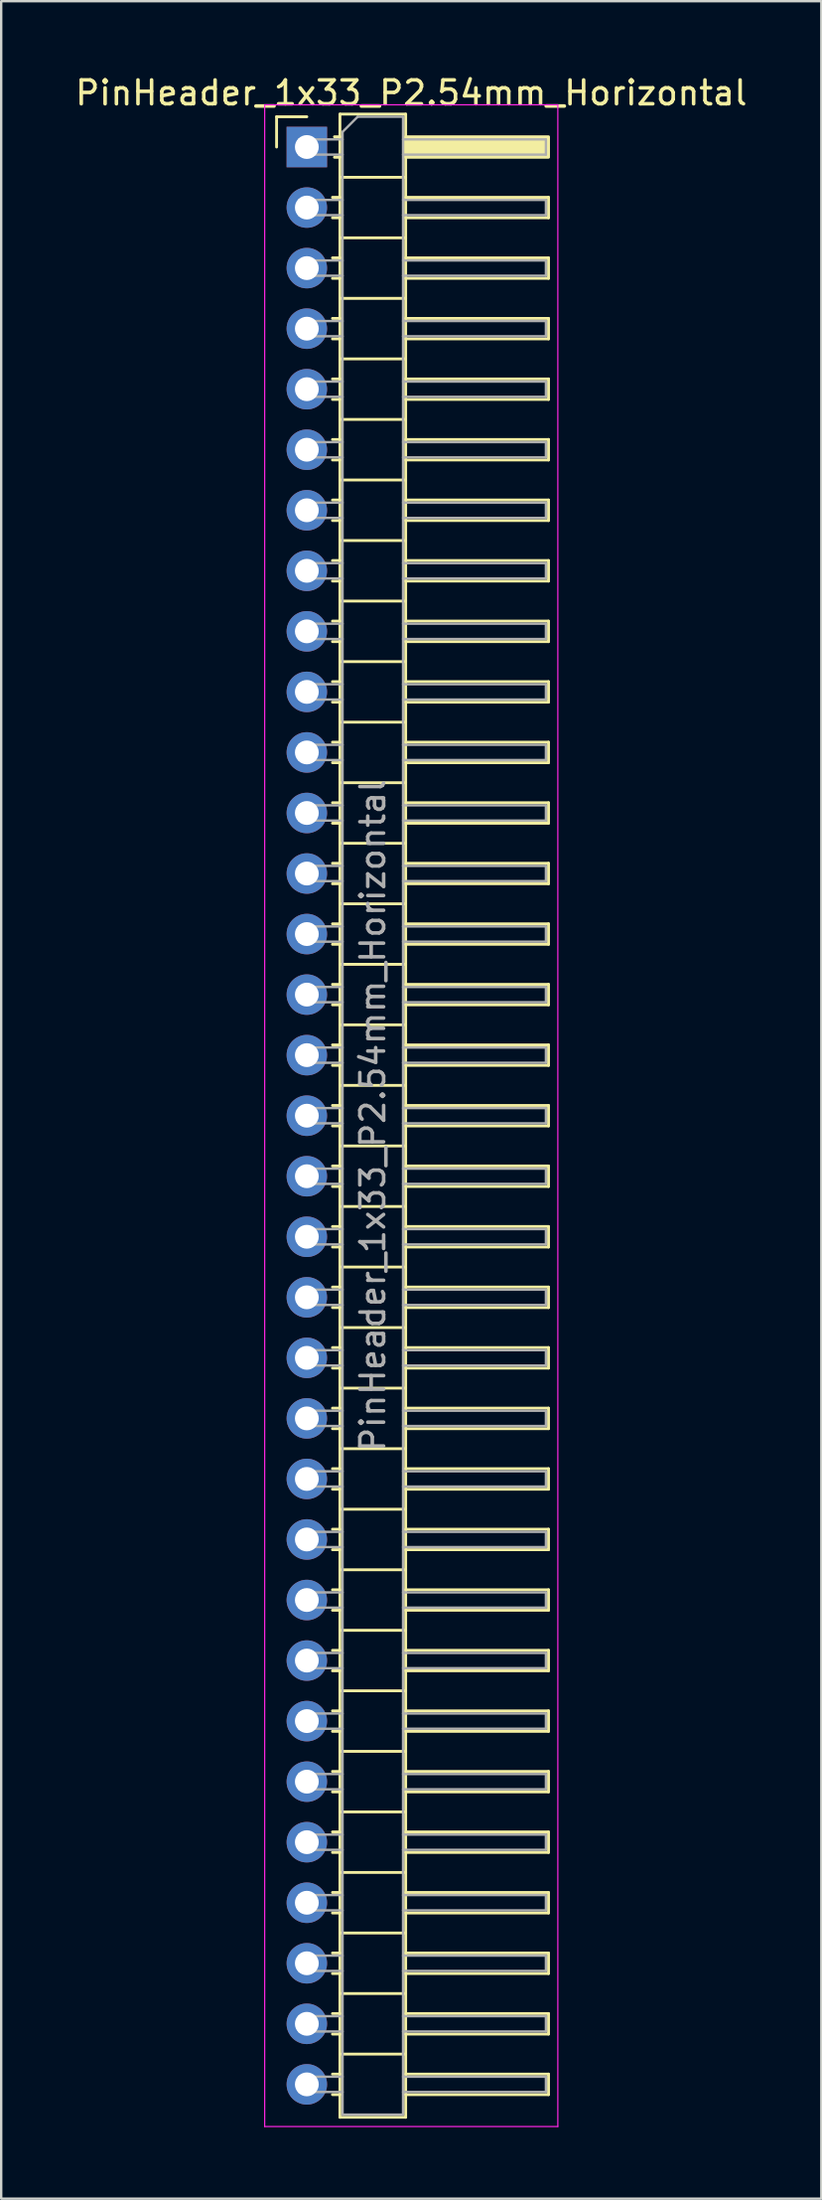
<source format=kicad_pcb>
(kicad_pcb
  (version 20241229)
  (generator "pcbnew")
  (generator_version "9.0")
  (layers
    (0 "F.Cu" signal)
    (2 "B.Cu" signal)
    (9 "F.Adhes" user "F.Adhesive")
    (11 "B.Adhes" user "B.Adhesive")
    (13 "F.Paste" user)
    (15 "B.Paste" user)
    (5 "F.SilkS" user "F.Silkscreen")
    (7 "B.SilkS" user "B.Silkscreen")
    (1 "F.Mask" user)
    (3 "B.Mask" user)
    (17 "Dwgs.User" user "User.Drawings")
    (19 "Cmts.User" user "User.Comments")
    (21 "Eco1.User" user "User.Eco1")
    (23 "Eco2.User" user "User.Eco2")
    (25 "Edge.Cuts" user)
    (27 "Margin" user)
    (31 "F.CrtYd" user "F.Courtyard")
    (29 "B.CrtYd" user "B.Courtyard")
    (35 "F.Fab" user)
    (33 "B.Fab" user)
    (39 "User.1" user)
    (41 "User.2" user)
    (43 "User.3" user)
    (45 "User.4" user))
  (footprint "PinHeader_1x33_P2.54mm_Horizontal"
    (layer "F.Cu")
    (at 9.835 3.118)
    (property "Reference" "PinHeader_1x33_P2.54mm_Horizontal" (at 4.385 -2.27 0) (layer "F.SilkS") (effects (font (size 1 1) (thickness 0.15))))
    (attr through_hole)
    (fp_line (start -1.27 -1.27) (end 0 -1.27) (stroke (width 0.12) (type solid)) (layer "F.SilkS"))
    (fp_line (start -1.27 0) (end -1.27 -1.27) (stroke (width 0.12) (type solid)) (layer "F.SilkS"))
    (fp_line (start 1.077 2.11) (end 1.39 2.11) (stroke (width 0.12) (type solid)) (layer "F.SilkS"))
    (fp_line (start 1.077 2.97) (end 1.39 2.97) (stroke (width 0.12) (type solid)) (layer "F.SilkS"))
    (fp_line (start 1.077 4.65) (end 1.39 4.65) (stroke (width 0.12) (type solid)) (layer "F.SilkS"))
    (fp_line (start 1.077 5.51) (end 1.39 5.51) (stroke (width 0.12) (type solid)) (layer "F.SilkS"))
    (fp_line (start 1.077 7.19) (end 1.39 7.19) (stroke (width 0.12) (type solid)) (layer "F.SilkS"))
    (fp_line (start 1.077 8.05) (end 1.39 8.05) (stroke (width 0.12) (type solid)) (layer "F.SilkS"))
    (fp_line (start 1.077 9.73) (end 1.39 9.73) (stroke (width 0.12) (type solid)) (layer "F.SilkS"))
    (fp_line (start 1.077 10.59) (end 1.39 10.59) (stroke (width 0.12) (type solid)) (layer "F.SilkS"))
    (fp_line (start 1.077 12.27) (end 1.39 12.27) (stroke (width 0.12) (type solid)) (layer "F.SilkS"))
    (fp_line (start 1.077 13.13) (end 1.39 13.13) (stroke (width 0.12) (type solid)) (layer "F.SilkS"))
    (fp_line (start 1.077 14.81) (end 1.39 14.81) (stroke (width 0.12) (type solid)) (layer "F.SilkS"))
    (fp_line (start 1.077 15.67) (end 1.39 15.67) (stroke (width 0.12) (type solid)) (layer "F.SilkS"))
    (fp_line (start 1.077 17.35) (end 1.39 17.35) (stroke (width 0.12) (type solid)) (layer "F.SilkS"))
    (fp_line (start 1.077 18.21) (end 1.39 18.21) (stroke (width 0.12) (type solid)) (layer "F.SilkS"))
    (fp_line (start 1.077 19.89) (end 1.39 19.89) (stroke (width 0.12) (type solid)) (layer "F.SilkS"))
    (fp_line (start 1.077 20.75) (end 1.39 20.75) (stroke (width 0.12) (type solid)) (layer "F.SilkS"))
    (fp_line (start 1.077 22.43) (end 1.39 22.43) (stroke (width 0.12) (type solid)) (layer "F.SilkS"))
    (fp_line (start 1.077 23.29) (end 1.39 23.29) (stroke (width 0.12) (type solid)) (layer "F.SilkS"))
    (fp_line (start 1.077 24.97) (end 1.39 24.97) (stroke (width 0.12) (type solid)) (layer "F.SilkS"))
    (fp_line (start 1.077 25.83) (end 1.39 25.83) (stroke (width 0.12) (type solid)) (layer "F.SilkS"))
    (fp_line (start 1.077 27.51) (end 1.39 27.51) (stroke (width 0.12) (type solid)) (layer "F.SilkS"))
    (fp_line (start 1.077 28.37) (end 1.39 28.37) (stroke (width 0.12) (type solid)) (layer "F.SilkS"))
    (fp_line (start 1.077 30.05) (end 1.39 30.05) (stroke (width 0.12) (type solid)) (layer "F.SilkS"))
    (fp_line (start 1.077 30.91) (end 1.39 30.91) (stroke (width 0.12) (type solid)) (layer "F.SilkS"))
    (fp_line (start 1.077 32.59) (end 1.39 32.59) (stroke (width 0.12) (type solid)) (layer "F.SilkS"))
    (fp_line (start 1.077 33.45) (end 1.39 33.45) (stroke (width 0.12) (type solid)) (layer "F.SilkS"))
    (fp_line (start 1.077 35.13) (end 1.39 35.13) (stroke (width 0.12) (type solid)) (layer "F.SilkS"))
    (fp_line (start 1.077 35.99) (end 1.39 35.99) (stroke (width 0.12) (type solid)) (layer "F.SilkS"))
    (fp_line (start 1.077 37.67) (end 1.39 37.67) (stroke (width 0.12) (type solid)) (layer "F.SilkS"))
    (fp_line (start 1.077 38.53) (end 1.39 38.53) (stroke (width 0.12) (type solid)) (layer "F.SilkS"))
    (fp_line (start 1.077 40.21) (end 1.39 40.21) (stroke (width 0.12) (type solid)) (layer "F.SilkS"))
    (fp_line (start 1.077 41.07) (end 1.39 41.07) (stroke (width 0.12) (type solid)) (layer "F.SilkS"))
    (fp_line (start 1.077 42.75) (end 1.39 42.75) (stroke (width 0.12) (type solid)) (layer "F.SilkS"))
    (fp_line (start 1.077 43.61) (end 1.39 43.61) (stroke (width 0.12) (type solid)) (layer "F.SilkS"))
    (fp_line (start 1.077 45.29) (end 1.39 45.29) (stroke (width 0.12) (type solid)) (layer "F.SilkS"))
    (fp_line (start 1.077 46.15) (end 1.39 46.15) (stroke (width 0.12) (type solid)) (layer "F.SilkS"))
    (fp_line (start 1.077 47.83) (end 1.39 47.83) (stroke (width 0.12) (type solid)) (layer "F.SilkS"))
    (fp_line (start 1.077 48.69) (end 1.39 48.69) (stroke (width 0.12) (type solid)) (layer "F.SilkS"))
    (fp_line (start 1.077 50.37) (end 1.39 50.37) (stroke (width 0.12) (type solid)) (layer "F.SilkS"))
    (fp_line (start 1.077 51.23) (end 1.39 51.23) (stroke (width 0.12) (type solid)) (layer "F.SilkS"))
    (fp_line (start 1.077 52.91) (end 1.39 52.91) (stroke (width 0.12) (type solid)) (layer "F.SilkS"))
    (fp_line (start 1.077 53.77) (end 1.39 53.77) (stroke (width 0.12) (type solid)) (layer "F.SilkS"))
    (fp_line (start 1.077 55.45) (end 1.39 55.45) (stroke (width 0.12) (type solid)) (layer "F.SilkS"))
    (fp_line (start 1.077 56.31) (end 1.39 56.31) (stroke (width 0.12) (type solid)) (layer "F.SilkS"))
    (fp_line (start 1.077 57.99) (end 1.39 57.99) (stroke (width 0.12) (type solid)) (layer "F.SilkS"))
    (fp_line (start 1.077 58.85) (end 1.39 58.85) (stroke (width 0.12) (type solid)) (layer "F.SilkS"))
    (fp_line (start 1.077 60.53) (end 1.39 60.53) (stroke (width 0.12) (type solid)) (layer "F.SilkS"))
    (fp_line (start 1.077 61.39) (end 1.39 61.39) (stroke (width 0.12) (type solid)) (layer "F.SilkS"))
    (fp_line (start 1.077 63.07) (end 1.39 63.07) (stroke (width 0.12) (type solid)) (layer "F.SilkS"))
    (fp_line (start 1.077 63.93) (end 1.39 63.93) (stroke (width 0.12) (type solid)) (layer "F.SilkS"))
    (fp_line (start 1.077 65.61) (end 1.39 65.61) (stroke (width 0.12) (type solid)) (layer "F.SilkS"))
    (fp_line (start 1.077 66.47) (end 1.39 66.47) (stroke (width 0.12) (type solid)) (layer "F.SilkS"))
    (fp_line (start 1.077 68.15) (end 1.39 68.15) (stroke (width 0.12) (type solid)) (layer "F.SilkS"))
    (fp_line (start 1.077 69.01) (end 1.39 69.01) (stroke (width 0.12) (type solid)) (layer "F.SilkS"))
    (fp_line (start 1.077 70.69) (end 1.39 70.69) (stroke (width 0.12) (type solid)) (layer "F.SilkS"))
    (fp_line (start 1.077 71.55) (end 1.39 71.55) (stroke (width 0.12) (type solid)) (layer "F.SilkS"))
    (fp_line (start 1.077 73.23) (end 1.39 73.23) (stroke (width 0.12) (type solid)) (layer "F.SilkS"))
    (fp_line (start 1.077 74.09) (end 1.39 74.09) (stroke (width 0.12) (type solid)) (layer "F.SilkS"))
    (fp_line (start 1.077 75.77) (end 1.39 75.77) (stroke (width 0.12) (type solid)) (layer "F.SilkS"))
    (fp_line (start 1.077 76.63) (end 1.39 76.63) (stroke (width 0.12) (type solid)) (layer "F.SilkS"))
    (fp_line (start 1.077 78.31) (end 1.39 78.31) (stroke (width 0.12) (type solid)) (layer "F.SilkS"))
    (fp_line (start 1.077 79.17) (end 1.39 79.17) (stroke (width 0.12) (type solid)) (layer "F.SilkS"))
    (fp_line (start 1.077 80.85) (end 1.39 80.85) (stroke (width 0.12) (type solid)) (layer "F.SilkS"))
    (fp_line (start 1.077 81.71) (end 1.39 81.71) (stroke (width 0.12) (type solid)) (layer "F.SilkS"))
    (fp_line (start 1.16 -0.43) (end 1.39 -0.43) (stroke (width 0.12) (type solid)) (layer "F.SilkS"))
    (fp_line (start 1.16 0.43) (end 1.39 0.43) (stroke (width 0.12) (type solid)) (layer "F.SilkS"))
    (fp_line (start 1.39 -1.38) (end 1.39 82.66) (stroke (width 0.12) (type solid)) (layer "F.SilkS"))
    (fp_line (start 1.39 1.27) (end 4.15 1.27) (stroke (width 0.12) (type solid)) (layer "F.SilkS"))
    (fp_line (start 1.39 3.81) (end 4.15 3.81) (stroke (width 0.12) (type solid)) (layer "F.SilkS"))
    (fp_line (start 1.39 6.35) (end 4.15 6.35) (stroke (width 0.12) (type solid)) (layer "F.SilkS"))
    (fp_line (start 1.39 8.89) (end 4.15 8.89) (stroke (width 0.12) (type solid)) (layer "F.SilkS"))
    (fp_line (start 1.39 11.43) (end 4.15 11.43) (stroke (width 0.12) (type solid)) (layer "F.SilkS"))
    (fp_line (start 1.39 13.97) (end 4.15 13.97) (stroke (width 0.12) (type solid)) (layer "F.SilkS"))
    (fp_line (start 1.39 16.51) (end 4.15 16.51) (stroke (width 0.12) (type solid)) (layer "F.SilkS"))
    (fp_line (start 1.39 19.05) (end 4.15 19.05) (stroke (width 0.12) (type solid)) (layer "F.SilkS"))
    (fp_line (start 1.39 21.59) (end 4.15 21.59) (stroke (width 0.12) (type solid)) (layer "F.SilkS"))
    (fp_line (start 1.39 24.13) (end 4.15 24.13) (stroke (width 0.12) (type solid)) (layer "F.SilkS"))
    (fp_line (start 1.39 26.67) (end 4.15 26.67) (stroke (width 0.12) (type solid)) (layer "F.SilkS"))
    (fp_line (start 1.39 29.21) (end 4.15 29.21) (stroke (width 0.12) (type solid)) (layer "F.SilkS"))
    (fp_line (start 1.39 31.75) (end 4.15 31.75) (stroke (width 0.12) (type solid)) (layer "F.SilkS"))
    (fp_line (start 1.39 34.29) (end 4.15 34.29) (stroke (width 0.12) (type solid)) (layer "F.SilkS"))
    (fp_line (start 1.39 36.83) (end 4.15 36.83) (stroke (width 0.12) (type solid)) (layer "F.SilkS"))
    (fp_line (start 1.39 39.37) (end 4.15 39.37) (stroke (width 0.12) (type solid)) (layer "F.SilkS"))
    (fp_line (start 1.39 41.91) (end 4.15 41.91) (stroke (width 0.12) (type solid)) (layer "F.SilkS"))
    (fp_line (start 1.39 44.45) (end 4.15 44.45) (stroke (width 0.12) (type solid)) (layer "F.SilkS"))
    (fp_line (start 1.39 46.99) (end 4.15 46.99) (stroke (width 0.12) (type solid)) (layer "F.SilkS"))
    (fp_line (start 1.39 49.53) (end 4.15 49.53) (stroke (width 0.12) (type solid)) (layer "F.SilkS"))
    (fp_line (start 1.39 52.07) (end 4.15 52.07) (stroke (width 0.12) (type solid)) (layer "F.SilkS"))
    (fp_line (start 1.39 54.61) (end 4.15 54.61) (stroke (width 0.12) (type solid)) (layer "F.SilkS"))
    (fp_line (start 1.39 57.15) (end 4.15 57.15) (stroke (width 0.12) (type solid)) (layer "F.SilkS"))
    (fp_line (start 1.39 59.69) (end 4.15 59.69) (stroke (width 0.12) (type solid)) (layer "F.SilkS"))
    (fp_line (start 1.39 62.23) (end 4.15 62.23) (stroke (width 0.12) (type solid)) (layer "F.SilkS"))
    (fp_line (start 1.39 64.77) (end 4.15 64.77) (stroke (width 0.12) (type solid)) (layer "F.SilkS"))
    (fp_line (start 1.39 67.31) (end 4.15 67.31) (stroke (width 0.12) (type solid)) (layer "F.SilkS"))
    (fp_line (start 1.39 69.85) (end 4.15 69.85) (stroke (width 0.12) (type solid)) (layer "F.SilkS"))
    (fp_line (start 1.39 72.39) (end 4.15 72.39) (stroke (width 0.12) (type solid)) (layer "F.SilkS"))
    (fp_line (start 1.39 74.93) (end 4.15 74.93) (stroke (width 0.12) (type solid)) (layer "F.SilkS"))
    (fp_line (start 1.39 77.47) (end 4.15 77.47) (stroke (width 0.12) (type solid)) (layer "F.SilkS"))
    (fp_line (start 1.39 80.01) (end 4.15 80.01) (stroke (width 0.12) (type solid)) (layer "F.SilkS"))
    (fp_line (start 1.39 82.66) (end 4.15 82.66) (stroke (width 0.12) (type solid)) (layer "F.SilkS"))
    (fp_line (start 4.15 -1.38) (end 1.39 -1.38) (stroke (width 0.12) (type solid)) (layer "F.SilkS"))
    (fp_line (start 4.15 2.11) (end 10.15 2.11) (stroke (width 0.12) (type solid)) (layer "F.SilkS"))
    (fp_line (start 4.15 4.65) (end 10.15 4.65) (stroke (width 0.12) (type solid)) (layer "F.SilkS"))
    (fp_line (start 4.15 7.19) (end 10.15 7.19) (stroke (width 0.12) (type solid)) (layer "F.SilkS"))
    (fp_line (start 4.15 9.73) (end 10.15 9.73) (stroke (width 0.12) (type solid)) (layer "F.SilkS"))
    (fp_line (start 4.15 12.27) (end 10.15 12.27) (stroke (width 0.12) (type solid)) (layer "F.SilkS"))
    (fp_line (start 4.15 14.81) (end 10.15 14.81) (stroke (width 0.12) (type solid)) (layer "F.SilkS"))
    (fp_line (start 4.15 17.35) (end 10.15 17.35) (stroke (width 0.12) (type solid)) (layer "F.SilkS"))
    (fp_line (start 4.15 19.89) (end 10.15 19.89) (stroke (width 0.12) (type solid)) (layer "F.SilkS"))
    (fp_line (start 4.15 22.43) (end 10.15 22.43) (stroke (width 0.12) (type solid)) (layer "F.SilkS"))
    (fp_line (start 4.15 24.97) (end 10.15 24.97) (stroke (width 0.12) (type solid)) (layer "F.SilkS"))
    (fp_line (start 4.15 27.51) (end 10.15 27.51) (stroke (width 0.12) (type solid)) (layer "F.SilkS"))
    (fp_line (start 4.15 30.05) (end 10.15 30.05) (stroke (width 0.12) (type solid)) (layer "F.SilkS"))
    (fp_line (start 4.15 32.59) (end 10.15 32.59) (stroke (width 0.12) (type solid)) (layer "F.SilkS"))
    (fp_line (start 4.15 35.13) (end 10.15 35.13) (stroke (width 0.12) (type solid)) (layer "F.SilkS"))
    (fp_line (start 4.15 37.67) (end 10.15 37.67) (stroke (width 0.12) (type solid)) (layer "F.SilkS"))
    (fp_line (start 4.15 40.21) (end 10.15 40.21) (stroke (width 0.12) (type solid)) (layer "F.SilkS"))
    (fp_line (start 4.15 42.75) (end 10.15 42.75) (stroke (width 0.12) (type solid)) (layer "F.SilkS"))
    (fp_line (start 4.15 45.29) (end 10.15 45.29) (stroke (width 0.12) (type solid)) (layer "F.SilkS"))
    (fp_line (start 4.15 47.83) (end 10.15 47.83) (stroke (width 0.12) (type solid)) (layer "F.SilkS"))
    (fp_line (start 4.15 50.37) (end 10.15 50.37) (stroke (width 0.12) (type solid)) (layer "F.SilkS"))
    (fp_line (start 4.15 52.91) (end 10.15 52.91) (stroke (width 0.12) (type solid)) (layer "F.SilkS"))
    (fp_line (start 4.15 55.45) (end 10.15 55.45) (stroke (width 0.12) (type solid)) (layer "F.SilkS"))
    (fp_line (start 4.15 57.99) (end 10.15 57.99) (stroke (width 0.12) (type solid)) (layer "F.SilkS"))
    (fp_line (start 4.15 60.53) (end 10.15 60.53) (stroke (width 0.12) (type solid)) (layer "F.SilkS"))
    (fp_line (start 4.15 63.07) (end 10.15 63.07) (stroke (width 0.12) (type solid)) (layer "F.SilkS"))
    (fp_line (start 4.15 65.61) (end 10.15 65.61) (stroke (width 0.12) (type solid)) (layer "F.SilkS"))
    (fp_line (start 4.15 68.15) (end 10.15 68.15) (stroke (width 0.12) (type solid)) (layer "F.SilkS"))
    (fp_line (start 4.15 70.69) (end 10.15 70.69) (stroke (width 0.12) (type solid)) (layer "F.SilkS"))
    (fp_line (start 4.15 73.23) (end 10.15 73.23) (stroke (width 0.12) (type solid)) (layer "F.SilkS"))
    (fp_line (start 4.15 75.77) (end 10.15 75.77) (stroke (width 0.12) (type solid)) (layer "F.SilkS"))
    (fp_line (start 4.15 78.31) (end 10.15 78.31) (stroke (width 0.12) (type solid)) (layer "F.SilkS"))
    (fp_line (start 4.15 80.85) (end 10.15 80.85) (stroke (width 0.12) (type solid)) (layer "F.SilkS"))
    (fp_line (start 4.15 82.66) (end 4.15 -1.38) (stroke (width 0.12) (type solid)) (layer "F.SilkS"))
    (fp_line (start 10.15 2.11) (end 10.15 2.97) (stroke (width 0.12) (type solid)) (layer "F.SilkS"))
    (fp_line (start 10.15 2.97) (end 4.15 2.97) (stroke (width 0.12) (type solid)) (layer "F.SilkS"))
    (fp_line (start 10.15 4.65) (end 10.15 5.51) (stroke (width 0.12) (type solid)) (layer "F.SilkS"))
    (fp_line (start 10.15 5.51) (end 4.15 5.51) (stroke (width 0.12) (type solid)) (layer "F.SilkS"))
    (fp_line (start 10.15 7.19) (end 10.15 8.05) (stroke (width 0.12) (type solid)) (layer "F.SilkS"))
    (fp_line (start 10.15 8.05) (end 4.15 8.05) (stroke (width 0.12) (type solid)) (layer "F.SilkS"))
    (fp_line (start 10.15 9.73) (end 10.15 10.59) (stroke (width 0.12) (type solid)) (layer "F.SilkS"))
    (fp_line (start 10.15 10.59) (end 4.15 10.59) (stroke (width 0.12) (type solid)) (layer "F.SilkS"))
    (fp_line (start 10.15 12.27) (end 10.15 13.13) (stroke (width 0.12) (type solid)) (layer "F.SilkS"))
    (fp_line (start 10.15 13.13) (end 4.15 13.13) (stroke (width 0.12) (type solid)) (layer "F.SilkS"))
    (fp_line (start 10.15 14.81) (end 10.15 15.67) (stroke (width 0.12) (type solid)) (layer "F.SilkS"))
    (fp_line (start 10.15 15.67) (end 4.15 15.67) (stroke (width 0.12) (type solid)) (layer "F.SilkS"))
    (fp_line (start 10.15 17.35) (end 10.15 18.21) (stroke (width 0.12) (type solid)) (layer "F.SilkS"))
    (fp_line (start 10.15 18.21) (end 4.15 18.21) (stroke (width 0.12) (type solid)) (layer "F.SilkS"))
    (fp_line (start 10.15 19.89) (end 10.15 20.75) (stroke (width 0.12) (type solid)) (layer "F.SilkS"))
    (fp_line (start 10.15 20.75) (end 4.15 20.75) (stroke (width 0.12) (type solid)) (layer "F.SilkS"))
    (fp_line (start 10.15 22.43) (end 10.15 23.29) (stroke (width 0.12) (type solid)) (layer "F.SilkS"))
    (fp_line (start 10.15 23.29) (end 4.15 23.29) (stroke (width 0.12) (type solid)) (layer "F.SilkS"))
    (fp_line (start 10.15 24.97) (end 10.15 25.83) (stroke (width 0.12) (type solid)) (layer "F.SilkS"))
    (fp_line (start 10.15 25.83) (end 4.15 25.83) (stroke (width 0.12) (type solid)) (layer "F.SilkS"))
    (fp_line (start 10.15 27.51) (end 10.15 28.37) (stroke (width 0.12) (type solid)) (layer "F.SilkS"))
    (fp_line (start 10.15 28.37) (end 4.15 28.37) (stroke (width 0.12) (type solid)) (layer "F.SilkS"))
    (fp_line (start 10.15 30.05) (end 10.15 30.91) (stroke (width 0.12) (type solid)) (layer "F.SilkS"))
    (fp_line (start 10.15 30.91) (end 4.15 30.91) (stroke (width 0.12) (type solid)) (layer "F.SilkS"))
    (fp_line (start 10.15 32.59) (end 10.15 33.45) (stroke (width 0.12) (type solid)) (layer "F.SilkS"))
    (fp_line (start 10.15 33.45) (end 4.15 33.45) (stroke (width 0.12) (type solid)) (layer "F.SilkS"))
    (fp_line (start 10.15 35.13) (end 10.15 35.99) (stroke (width 0.12) (type solid)) (layer "F.SilkS"))
    (fp_line (start 10.15 35.99) (end 4.15 35.99) (stroke (width 0.12) (type solid)) (layer "F.SilkS"))
    (fp_line (start 10.15 37.67) (end 10.15 38.53) (stroke (width 0.12) (type solid)) (layer "F.SilkS"))
    (fp_line (start 10.15 38.53) (end 4.15 38.53) (stroke (width 0.12) (type solid)) (layer "F.SilkS"))
    (fp_line (start 10.15 40.21) (end 10.15 41.07) (stroke (width 0.12) (type solid)) (layer "F.SilkS"))
    (fp_line (start 10.15 41.07) (end 4.15 41.07) (stroke (width 0.12) (type solid)) (layer "F.SilkS"))
    (fp_line (start 10.15 42.75) (end 10.15 43.61) (stroke (width 0.12) (type solid)) (layer "F.SilkS"))
    (fp_line (start 10.15 43.61) (end 4.15 43.61) (stroke (width 0.12) (type solid)) (layer "F.SilkS"))
    (fp_line (start 10.15 45.29) (end 10.15 46.15) (stroke (width 0.12) (type solid)) (layer "F.SilkS"))
    (fp_line (start 10.15 46.15) (end 4.15 46.15) (stroke (width 0.12) (type solid)) (layer "F.SilkS"))
    (fp_line (start 10.15 47.83) (end 10.15 48.69) (stroke (width 0.12) (type solid)) (layer "F.SilkS"))
    (fp_line (start 10.15 48.69) (end 4.15 48.69) (stroke (width 0.12) (type solid)) (layer "F.SilkS"))
    (fp_line (start 10.15 50.37) (end 10.15 51.23) (stroke (width 0.12) (type solid)) (layer "F.SilkS"))
    (fp_line (start 10.15 51.23) (end 4.15 51.23) (stroke (width 0.12) (type solid)) (layer "F.SilkS"))
    (fp_line (start 10.15 52.91) (end 10.15 53.77) (stroke (width 0.12) (type solid)) (layer "F.SilkS"))
    (fp_line (start 10.15 53.77) (end 4.15 53.77) (stroke (width 0.12) (type solid)) (layer "F.SilkS"))
    (fp_line (start 10.15 55.45) (end 10.15 56.31) (stroke (width 0.12) (type solid)) (layer "F.SilkS"))
    (fp_line (start 10.15 56.31) (end 4.15 56.31) (stroke (width 0.12) (type solid)) (layer "F.SilkS"))
    (fp_line (start 10.15 57.99) (end 10.15 58.85) (stroke (width 0.12) (type solid)) (layer "F.SilkS"))
    (fp_line (start 10.15 58.85) (end 4.15 58.85) (stroke (width 0.12) (type solid)) (layer "F.SilkS"))
    (fp_line (start 10.15 60.53) (end 10.15 61.39) (stroke (width 0.12) (type solid)) (layer "F.SilkS"))
    (fp_line (start 10.15 61.39) (end 4.15 61.39) (stroke (width 0.12) (type solid)) (layer "F.SilkS"))
    (fp_line (start 10.15 63.07) (end 10.15 63.93) (stroke (width 0.12) (type solid)) (layer "F.SilkS"))
    (fp_line (start 10.15 63.93) (end 4.15 63.93) (stroke (width 0.12) (type solid)) (layer "F.SilkS"))
    (fp_line (start 10.15 65.61) (end 10.15 66.47) (stroke (width 0.12) (type solid)) (layer "F.SilkS"))
    (fp_line (start 10.15 66.47) (end 4.15 66.47) (stroke (width 0.12) (type solid)) (layer "F.SilkS"))
    (fp_line (start 10.15 68.15) (end 10.15 69.01) (stroke (width 0.12) (type solid)) (layer "F.SilkS"))
    (fp_line (start 10.15 69.01) (end 4.15 69.01) (stroke (width 0.12) (type solid)) (layer "F.SilkS"))
    (fp_line (start 10.15 70.69) (end 10.15 71.55) (stroke (width 0.12) (type solid)) (layer "F.SilkS"))
    (fp_line (start 10.15 71.55) (end 4.15 71.55) (stroke (width 0.12) (type solid)) (layer "F.SilkS"))
    (fp_line (start 10.15 73.23) (end 10.15 74.09) (stroke (width 0.12) (type solid)) (layer "F.SilkS"))
    (fp_line (start 10.15 74.09) (end 4.15 74.09) (stroke (width 0.12) (type solid)) (layer "F.SilkS"))
    (fp_line (start 10.15 75.77) (end 10.15 76.63) (stroke (width 0.12) (type solid)) (layer "F.SilkS"))
    (fp_line (start 10.15 76.63) (end 4.15 76.63) (stroke (width 0.12) (type solid)) (layer "F.SilkS"))
    (fp_line (start 10.15 78.31) (end 10.15 79.17) (stroke (width 0.12) (type solid)) (layer "F.SilkS"))
    (fp_line (start 10.15 79.17) (end 4.15 79.17) (stroke (width 0.12) (type solid)) (layer "F.SilkS"))
    (fp_line (start 10.15 80.85) (end 10.15 81.71) (stroke (width 0.12) (type solid)) (layer "F.SilkS"))
    (fp_line (start 10.15 81.71) (end 4.15 81.71) (stroke (width 0.12) (type solid)) (layer "F.SilkS"))
    (fp_rect (start 4.15 -0.43) (end 10.15 0.43) (stroke (width 0.12) (type solid)) (fill yes) (layer "F.SilkS"))
    (fp_line (start -1.77 -1.77) (end -1.77 83.05) (stroke (width 0.05) (type solid)) (layer "F.CrtYd"))
    (fp_line (start -1.77 83.05) (end 10.54 83.05) (stroke (width 0.05) (type solid)) (layer "F.CrtYd"))
    (fp_line (start 10.54 -1.77) (end -1.77 -1.77) (stroke (width 0.05) (type solid)) (layer "F.CrtYd"))
    (fp_line (start 10.54 83.05) (end 10.54 -1.77) (stroke (width 0.05) (type solid)) (layer "F.CrtYd"))
    (fp_line (start -0.32 -0.32) (end -0.32 0.32) (stroke (width 0.1) (type solid)) (layer "F.Fab"))
    (fp_line (start -0.32 -0.32) (end 1.5 -0.32) (stroke (width 0.1) (type solid)) (layer "F.Fab"))
    (fp_line (start -0.32 0.32) (end 1.5 0.32) (stroke (width 0.1) (type solid)) (layer "F.Fab"))
    (fp_line (start -0.32 2.22) (end -0.32 2.86) (stroke (width 0.1) (type solid)) (layer "F.Fab"))
    (fp_line (start -0.32 2.22) (end 1.5 2.22) (stroke (width 0.1) (type solid)) (layer "F.Fab"))
    (fp_line (start -0.32 2.86) (end 1.5 2.86) (stroke (width 0.1) (type solid)) (layer "F.Fab"))
    (fp_line (start -0.32 4.76) (end -0.32 5.4) (stroke (width 0.1) (type solid)) (layer "F.Fab"))
    (fp_line (start -0.32 4.76) (end 1.5 4.76) (stroke (width 0.1) (type solid)) (layer "F.Fab"))
    (fp_line (start -0.32 5.4) (end 1.5 5.4) (stroke (width 0.1) (type solid)) (layer "F.Fab"))
    (fp_line (start -0.32 7.3) (end -0.32 7.94) (stroke (width 0.1) (type solid)) (layer "F.Fab"))
    (fp_line (start -0.32 7.3) (end 1.5 7.3) (stroke (width 0.1) (type solid)) (layer "F.Fab"))
    (fp_line (start -0.32 7.94) (end 1.5 7.94) (stroke (width 0.1) (type solid)) (layer "F.Fab"))
    (fp_line (start -0.32 9.84) (end -0.32 10.48) (stroke (width 0.1) (type solid)) (layer "F.Fab"))
    (fp_line (start -0.32 9.84) (end 1.5 9.84) (stroke (width 0.1) (type solid)) (layer "F.Fab"))
    (fp_line (start -0.32 10.48) (end 1.5 10.48) (stroke (width 0.1) (type solid)) (layer "F.Fab"))
    (fp_line (start -0.32 12.38) (end -0.32 13.02) (stroke (width 0.1) (type solid)) (layer "F.Fab"))
    (fp_line (start -0.32 12.38) (end 1.5 12.38) (stroke (width 0.1) (type solid)) (layer "F.Fab"))
    (fp_line (start -0.32 13.02) (end 1.5 13.02) (stroke (width 0.1) (type solid)) (layer "F.Fab"))
    (fp_line (start -0.32 14.92) (end -0.32 15.56) (stroke (width 0.1) (type solid)) (layer "F.Fab"))
    (fp_line (start -0.32 14.92) (end 1.5 14.92) (stroke (width 0.1) (type solid)) (layer "F.Fab"))
    (fp_line (start -0.32 15.56) (end 1.5 15.56) (stroke (width 0.1) (type solid)) (layer "F.Fab"))
    (fp_line (start -0.32 17.46) (end -0.32 18.1) (stroke (width 0.1) (type solid)) (layer "F.Fab"))
    (fp_line (start -0.32 17.46) (end 1.5 17.46) (stroke (width 0.1) (type solid)) (layer "F.Fab"))
    (fp_line (start -0.32 18.1) (end 1.5 18.1) (stroke (width 0.1) (type solid)) (layer "F.Fab"))
    (fp_line (start -0.32 20) (end -0.32 20.64) (stroke (width 0.1) (type solid)) (layer "F.Fab"))
    (fp_line (start -0.32 20) (end 1.5 20) (stroke (width 0.1) (type solid)) (layer "F.Fab"))
    (fp_line (start -0.32 20.64) (end 1.5 20.64) (stroke (width 0.1) (type solid)) (layer "F.Fab"))
    (fp_line (start -0.32 22.54) (end -0.32 23.18) (stroke (width 0.1) (type solid)) (layer "F.Fab"))
    (fp_line (start -0.32 22.54) (end 1.5 22.54) (stroke (width 0.1) (type solid)) (layer "F.Fab"))
    (fp_line (start -0.32 23.18) (end 1.5 23.18) (stroke (width 0.1) (type solid)) (layer "F.Fab"))
    (fp_line (start -0.32 25.08) (end -0.32 25.72) (stroke (width 0.1) (type solid)) (layer "F.Fab"))
    (fp_line (start -0.32 25.08) (end 1.5 25.08) (stroke (width 0.1) (type solid)) (layer "F.Fab"))
    (fp_line (start -0.32 25.72) (end 1.5 25.72) (stroke (width 0.1) (type solid)) (layer "F.Fab"))
    (fp_line (start -0.32 27.62) (end -0.32 28.26) (stroke (width 0.1) (type solid)) (layer "F.Fab"))
    (fp_line (start -0.32 27.62) (end 1.5 27.62) (stroke (width 0.1) (type solid)) (layer "F.Fab"))
    (fp_line (start -0.32 28.26) (end 1.5 28.26) (stroke (width 0.1) (type solid)) (layer "F.Fab"))
    (fp_line (start -0.32 30.16) (end -0.32 30.8) (stroke (width 0.1) (type solid)) (layer "F.Fab"))
    (fp_line (start -0.32 30.16) (end 1.5 30.16) (stroke (width 0.1) (type solid)) (layer "F.Fab"))
    (fp_line (start -0.32 30.8) (end 1.5 30.8) (stroke (width 0.1) (type solid)) (layer "F.Fab"))
    (fp_line (start -0.32 32.7) (end -0.32 33.34) (stroke (width 0.1) (type solid)) (layer "F.Fab"))
    (fp_line (start -0.32 32.7) (end 1.5 32.7) (stroke (width 0.1) (type solid)) (layer "F.Fab"))
    (fp_line (start -0.32 33.34) (end 1.5 33.34) (stroke (width 0.1) (type solid)) (layer "F.Fab"))
    (fp_line (start -0.32 35.24) (end -0.32 35.88) (stroke (width 0.1) (type solid)) (layer "F.Fab"))
    (fp_line (start -0.32 35.24) (end 1.5 35.24) (stroke (width 0.1) (type solid)) (layer "F.Fab"))
    (fp_line (start -0.32 35.88) (end 1.5 35.88) (stroke (width 0.1) (type solid)) (layer "F.Fab"))
    (fp_line (start -0.32 37.78) (end -0.32 38.42) (stroke (width 0.1) (type solid)) (layer "F.Fab"))
    (fp_line (start -0.32 37.78) (end 1.5 37.78) (stroke (width 0.1) (type solid)) (layer "F.Fab"))
    (fp_line (start -0.32 38.42) (end 1.5 38.42) (stroke (width 0.1) (type solid)) (layer "F.Fab"))
    (fp_line (start -0.32 40.32) (end -0.32 40.96) (stroke (width 0.1) (type solid)) (layer "F.Fab"))
    (fp_line (start -0.32 40.32) (end 1.5 40.32) (stroke (width 0.1) (type solid)) (layer "F.Fab"))
    (fp_line (start -0.32 40.96) (end 1.5 40.96) (stroke (width 0.1) (type solid)) (layer "F.Fab"))
    (fp_line (start -0.32 42.86) (end -0.32 43.5) (stroke (width 0.1) (type solid)) (layer "F.Fab"))
    (fp_line (start -0.32 42.86) (end 1.5 42.86) (stroke (width 0.1) (type solid)) (layer "F.Fab"))
    (fp_line (start -0.32 43.5) (end 1.5 43.5) (stroke (width 0.1) (type solid)) (layer "F.Fab"))
    (fp_line (start -0.32 45.4) (end -0.32 46.04) (stroke (width 0.1) (type solid)) (layer "F.Fab"))
    (fp_line (start -0.32 45.4) (end 1.5 45.4) (stroke (width 0.1) (type solid)) (layer "F.Fab"))
    (fp_line (start -0.32 46.04) (end 1.5 46.04) (stroke (width 0.1) (type solid)) (layer "F.Fab"))
    (fp_line (start -0.32 47.94) (end -0.32 48.58) (stroke (width 0.1) (type solid)) (layer "F.Fab"))
    (fp_line (start -0.32 47.94) (end 1.5 47.94) (stroke (width 0.1) (type solid)) (layer "F.Fab"))
    (fp_line (start -0.32 48.58) (end 1.5 48.58) (stroke (width 0.1) (type solid)) (layer "F.Fab"))
    (fp_line (start -0.32 50.48) (end -0.32 51.12) (stroke (width 0.1) (type solid)) (layer "F.Fab"))
    (fp_line (start -0.32 50.48) (end 1.5 50.48) (stroke (width 0.1) (type solid)) (layer "F.Fab"))
    (fp_line (start -0.32 51.12) (end 1.5 51.12) (stroke (width 0.1) (type solid)) (layer "F.Fab"))
    (fp_line (start -0.32 53.02) (end -0.32 53.66) (stroke (width 0.1) (type solid)) (layer "F.Fab"))
    (fp_line (start -0.32 53.02) (end 1.5 53.02) (stroke (width 0.1) (type solid)) (layer "F.Fab"))
    (fp_line (start -0.32 53.66) (end 1.5 53.66) (stroke (width 0.1) (type solid)) (layer "F.Fab"))
    (fp_line (start -0.32 55.56) (end -0.32 56.2) (stroke (width 0.1) (type solid)) (layer "F.Fab"))
    (fp_line (start -0.32 55.56) (end 1.5 55.56) (stroke (width 0.1) (type solid)) (layer "F.Fab"))
    (fp_line (start -0.32 56.2) (end 1.5 56.2) (stroke (width 0.1) (type solid)) (layer "F.Fab"))
    (fp_line (start -0.32 58.1) (end -0.32 58.74) (stroke (width 0.1) (type solid)) (layer "F.Fab"))
    (fp_line (start -0.32 58.1) (end 1.5 58.1) (stroke (width 0.1) (type solid)) (layer "F.Fab"))
    (fp_line (start -0.32 58.74) (end 1.5 58.74) (stroke (width 0.1) (type solid)) (layer "F.Fab"))
    (fp_line (start -0.32 60.64) (end -0.32 61.28) (stroke (width 0.1) (type solid)) (layer "F.Fab"))
    (fp_line (start -0.32 60.64) (end 1.5 60.64) (stroke (width 0.1) (type solid)) (layer "F.Fab"))
    (fp_line (start -0.32 61.28) (end 1.5 61.28) (stroke (width 0.1) (type solid)) (layer "F.Fab"))
    (fp_line (start -0.32 63.18) (end -0.32 63.82) (stroke (width 0.1) (type solid)) (layer "F.Fab"))
    (fp_line (start -0.32 63.18) (end 1.5 63.18) (stroke (width 0.1) (type solid)) (layer "F.Fab"))
    (fp_line (start -0.32 63.82) (end 1.5 63.82) (stroke (width 0.1) (type solid)) (layer "F.Fab"))
    (fp_line (start -0.32 65.72) (end -0.32 66.36) (stroke (width 0.1) (type solid)) (layer "F.Fab"))
    (fp_line (start -0.32 65.72) (end 1.5 65.72) (stroke (width 0.1) (type solid)) (layer "F.Fab"))
    (fp_line (start -0.32 66.36) (end 1.5 66.36) (stroke (width 0.1) (type solid)) (layer "F.Fab"))
    (fp_line (start -0.32 68.26) (end -0.32 68.9) (stroke (width 0.1) (type solid)) (layer "F.Fab"))
    (fp_line (start -0.32 68.26) (end 1.5 68.26) (stroke (width 0.1) (type solid)) (layer "F.Fab"))
    (fp_line (start -0.32 68.9) (end 1.5 68.9) (stroke (width 0.1) (type solid)) (layer "F.Fab"))
    (fp_line (start -0.32 70.8) (end -0.32 71.44) (stroke (width 0.1) (type solid)) (layer "F.Fab"))
    (fp_line (start -0.32 70.8) (end 1.5 70.8) (stroke (width 0.1) (type solid)) (layer "F.Fab"))
    (fp_line (start -0.32 71.44) (end 1.5 71.44) (stroke (width 0.1) (type solid)) (layer "F.Fab"))
    (fp_line (start -0.32 73.34) (end -0.32 73.98) (stroke (width 0.1) (type solid)) (layer "F.Fab"))
    (fp_line (start -0.32 73.34) (end 1.5 73.34) (stroke (width 0.1) (type solid)) (layer "F.Fab"))
    (fp_line (start -0.32 73.98) (end 1.5 73.98) (stroke (width 0.1) (type solid)) (layer "F.Fab"))
    (fp_line (start -0.32 75.88) (end -0.32 76.52) (stroke (width 0.1) (type solid)) (layer "F.Fab"))
    (fp_line (start -0.32 75.88) (end 1.5 75.88) (stroke (width 0.1) (type solid)) (layer "F.Fab"))
    (fp_line (start -0.32 76.52) (end 1.5 76.52) (stroke (width 0.1) (type solid)) (layer "F.Fab"))
    (fp_line (start -0.32 78.42) (end -0.32 79.06) (stroke (width 0.1) (type solid)) (layer "F.Fab"))
    (fp_line (start -0.32 78.42) (end 1.5 78.42) (stroke (width 0.1) (type solid)) (layer "F.Fab"))
    (fp_line (start -0.32 79.06) (end 1.5 79.06) (stroke (width 0.1) (type solid)) (layer "F.Fab"))
    (fp_line (start -0.32 80.96) (end -0.32 81.6) (stroke (width 0.1) (type solid)) (layer "F.Fab"))
    (fp_line (start -0.32 80.96) (end 1.5 80.96) (stroke (width 0.1) (type solid)) (layer "F.Fab"))
    (fp_line (start -0.32 81.6) (end 1.5 81.6) (stroke (width 0.1) (type solid)) (layer "F.Fab"))
    (fp_line (start 1.5 -0.635) (end 2.135 -1.27) (stroke (width 0.1) (type solid)) (layer "F.Fab"))
    (fp_line (start 1.5 82.55) (end 1.5 -0.635) (stroke (width 0.1) (type solid)) (layer "F.Fab"))
    (fp_line (start 2.135 -1.27) (end 4.04 -1.27) (stroke (width 0.1) (type solid)) (layer "F.Fab"))
    (fp_line (start 4.04 -1.27) (end 4.04 82.55) (stroke (width 0.1) (type solid)) (layer "F.Fab"))
    (fp_line (start 4.04 -0.32) (end 10.04 -0.32) (stroke (width 0.1) (type solid)) (layer "F.Fab"))
    (fp_line (start 4.04 0.32) (end 10.04 0.32) (stroke (width 0.1) (type solid)) (layer "F.Fab"))
    (fp_line (start 4.04 2.22) (end 10.04 2.22) (stroke (width 0.1) (type solid)) (layer "F.Fab"))
    (fp_line (start 4.04 2.86) (end 10.04 2.86) (stroke (width 0.1) (type solid)) (layer "F.Fab"))
    (fp_line (start 4.04 4.76) (end 10.04 4.76) (stroke (width 0.1) (type solid)) (layer "F.Fab"))
    (fp_line (start 4.04 5.4) (end 10.04 5.4) (stroke (width 0.1) (type solid)) (layer "F.Fab"))
    (fp_line (start 4.04 7.3) (end 10.04 7.3) (stroke (width 0.1) (type solid)) (layer "F.Fab"))
    (fp_line (start 4.04 7.94) (end 10.04 7.94) (stroke (width 0.1) (type solid)) (layer "F.Fab"))
    (fp_line (start 4.04 9.84) (end 10.04 9.84) (stroke (width 0.1) (type solid)) (layer "F.Fab"))
    (fp_line (start 4.04 10.48) (end 10.04 10.48) (stroke (width 0.1) (type solid)) (layer "F.Fab"))
    (fp_line (start 4.04 12.38) (end 10.04 12.38) (stroke (width 0.1) (type solid)) (layer "F.Fab"))
    (fp_line (start 4.04 13.02) (end 10.04 13.02) (stroke (width 0.1) (type solid)) (layer "F.Fab"))
    (fp_line (start 4.04 14.92) (end 10.04 14.92) (stroke (width 0.1) (type solid)) (layer "F.Fab"))
    (fp_line (start 4.04 15.56) (end 10.04 15.56) (stroke (width 0.1) (type solid)) (layer "F.Fab"))
    (fp_line (start 4.04 17.46) (end 10.04 17.46) (stroke (width 0.1) (type solid)) (layer "F.Fab"))
    (fp_line (start 4.04 18.1) (end 10.04 18.1) (stroke (width 0.1) (type solid)) (layer "F.Fab"))
    (fp_line (start 4.04 20) (end 10.04 20) (stroke (width 0.1) (type solid)) (layer "F.Fab"))
    (fp_line (start 4.04 20.64) (end 10.04 20.64) (stroke (width 0.1) (type solid)) (layer "F.Fab"))
    (fp_line (start 4.04 22.54) (end 10.04 22.54) (stroke (width 0.1) (type solid)) (layer "F.Fab"))
    (fp_line (start 4.04 23.18) (end 10.04 23.18) (stroke (width 0.1) (type solid)) (layer "F.Fab"))
    (fp_line (start 4.04 25.08) (end 10.04 25.08) (stroke (width 0.1) (type solid)) (layer "F.Fab"))
    (fp_line (start 4.04 25.72) (end 10.04 25.72) (stroke (width 0.1) (type solid)) (layer "F.Fab"))
    (fp_line (start 4.04 27.62) (end 10.04 27.62) (stroke (width 0.1) (type solid)) (layer "F.Fab"))
    (fp_line (start 4.04 28.26) (end 10.04 28.26) (stroke (width 0.1) (type solid)) (layer "F.Fab"))
    (fp_line (start 4.04 30.16) (end 10.04 30.16) (stroke (width 0.1) (type solid)) (layer "F.Fab"))
    (fp_line (start 4.04 30.8) (end 10.04 30.8) (stroke (width 0.1) (type solid)) (layer "F.Fab"))
    (fp_line (start 4.04 32.7) (end 10.04 32.7) (stroke (width 0.1) (type solid)) (layer "F.Fab"))
    (fp_line (start 4.04 33.34) (end 10.04 33.34) (stroke (width 0.1) (type solid)) (layer "F.Fab"))
    (fp_line (start 4.04 35.24) (end 10.04 35.24) (stroke (width 0.1) (type solid)) (layer "F.Fab"))
    (fp_line (start 4.04 35.88) (end 10.04 35.88) (stroke (width 0.1) (type solid)) (layer "F.Fab"))
    (fp_line (start 4.04 37.78) (end 10.04 37.78) (stroke (width 0.1) (type solid)) (layer "F.Fab"))
    (fp_line (start 4.04 38.42) (end 10.04 38.42) (stroke (width 0.1) (type solid)) (layer "F.Fab"))
    (fp_line (start 4.04 40.32) (end 10.04 40.32) (stroke (width 0.1) (type solid)) (layer "F.Fab"))
    (fp_line (start 4.04 40.96) (end 10.04 40.96) (stroke (width 0.1) (type solid)) (layer "F.Fab"))
    (fp_line (start 4.04 42.86) (end 10.04 42.86) (stroke (width 0.1) (type solid)) (layer "F.Fab"))
    (fp_line (start 4.04 43.5) (end 10.04 43.5) (stroke (width 0.1) (type solid)) (layer "F.Fab"))
    (fp_line (start 4.04 45.4) (end 10.04 45.4) (stroke (width 0.1) (type solid)) (layer "F.Fab"))
    (fp_line (start 4.04 46.04) (end 10.04 46.04) (stroke (width 0.1) (type solid)) (layer "F.Fab"))
    (fp_line (start 4.04 47.94) (end 10.04 47.94) (stroke (width 0.1) (type solid)) (layer "F.Fab"))
    (fp_line (start 4.04 48.58) (end 10.04 48.58) (stroke (width 0.1) (type solid)) (layer "F.Fab"))
    (fp_line (start 4.04 50.48) (end 10.04 50.48) (stroke (width 0.1) (type solid)) (layer "F.Fab"))
    (fp_line (start 4.04 51.12) (end 10.04 51.12) (stroke (width 0.1) (type solid)) (layer "F.Fab"))
    (fp_line (start 4.04 53.02) (end 10.04 53.02) (stroke (width 0.1) (type solid)) (layer "F.Fab"))
    (fp_line (start 4.04 53.66) (end 10.04 53.66) (stroke (width 0.1) (type solid)) (layer "F.Fab"))
    (fp_line (start 4.04 55.56) (end 10.04 55.56) (stroke (width 0.1) (type solid)) (layer "F.Fab"))
    (fp_line (start 4.04 56.2) (end 10.04 56.2) (stroke (width 0.1) (type solid)) (layer "F.Fab"))
    (fp_line (start 4.04 58.1) (end 10.04 58.1) (stroke (width 0.1) (type solid)) (layer "F.Fab"))
    (fp_line (start 4.04 58.74) (end 10.04 58.74) (stroke (width 0.1) (type solid)) (layer "F.Fab"))
    (fp_line (start 4.04 60.64) (end 10.04 60.64) (stroke (width 0.1) (type solid)) (layer "F.Fab"))
    (fp_line (start 4.04 61.28) (end 10.04 61.28) (stroke (width 0.1) (type solid)) (layer "F.Fab"))
    (fp_line (start 4.04 63.18) (end 10.04 63.18) (stroke (width 0.1) (type solid)) (layer "F.Fab"))
    (fp_line (start 4.04 63.82) (end 10.04 63.82) (stroke (width 0.1) (type solid)) (layer "F.Fab"))
    (fp_line (start 4.04 65.72) (end 10.04 65.72) (stroke (width 0.1) (type solid)) (layer "F.Fab"))
    (fp_line (start 4.04 66.36) (end 10.04 66.36) (stroke (width 0.1) (type solid)) (layer "F.Fab"))
    (fp_line (start 4.04 68.26) (end 10.04 68.26) (stroke (width 0.1) (type solid)) (layer "F.Fab"))
    (fp_line (start 4.04 68.9) (end 10.04 68.9) (stroke (width 0.1) (type solid)) (layer "F.Fab"))
    (fp_line (start 4.04 70.8) (end 10.04 70.8) (stroke (width 0.1) (type solid)) (layer "F.Fab"))
    (fp_line (start 4.04 71.44) (end 10.04 71.44) (stroke (width 0.1) (type solid)) (layer "F.Fab"))
    (fp_line (start 4.04 73.34) (end 10.04 73.34) (stroke (width 0.1) (type solid)) (layer "F.Fab"))
    (fp_line (start 4.04 73.98) (end 10.04 73.98) (stroke (width 0.1) (type solid)) (layer "F.Fab"))
    (fp_line (start 4.04 75.88) (end 10.04 75.88) (stroke (width 0.1) (type solid)) (layer "F.Fab"))
    (fp_line (start 4.04 76.52) (end 10.04 76.52) (stroke (width 0.1) (type solid)) (layer "F.Fab"))
    (fp_line (start 4.04 78.42) (end 10.04 78.42) (stroke (width 0.1) (type solid)) (layer "F.Fab"))
    (fp_line (start 4.04 79.06) (end 10.04 79.06) (stroke (width 0.1) (type solid)) (layer "F.Fab"))
    (fp_line (start 4.04 80.96) (end 10.04 80.96) (stroke (width 0.1) (type solid)) (layer "F.Fab"))
    (fp_line (start 4.04 81.6) (end 10.04 81.6) (stroke (width 0.1) (type solid)) (layer "F.Fab"))
    (fp_line (start 4.04 82.55) (end 1.5 82.55) (stroke (width 0.1) (type solid)) (layer "F.Fab"))
    (fp_line (start 10.04 -0.32) (end 10.04 0.32) (stroke (width 0.1) (type solid)) (layer "F.Fab"))
    (fp_line (start 10.04 2.22) (end 10.04 2.86) (stroke (width 0.1) (type solid)) (layer "F.Fab"))
    (fp_line (start 10.04 4.76) (end 10.04 5.4) (stroke (width 0.1) (type solid)) (layer "F.Fab"))
    (fp_line (start 10.04 7.3) (end 10.04 7.94) (stroke (width 0.1) (type solid)) (layer "F.Fab"))
    (fp_line (start 10.04 9.84) (end 10.04 10.48) (stroke (width 0.1) (type solid)) (layer "F.Fab"))
    (fp_line (start 10.04 12.38) (end 10.04 13.02) (stroke (width 0.1) (type solid)) (layer "F.Fab"))
    (fp_line (start 10.04 14.92) (end 10.04 15.56) (stroke (width 0.1) (type solid)) (layer "F.Fab"))
    (fp_line (start 10.04 17.46) (end 10.04 18.1) (stroke (width 0.1) (type solid)) (layer "F.Fab"))
    (fp_line (start 10.04 20) (end 10.04 20.64) (stroke (width 0.1) (type solid)) (layer "F.Fab"))
    (fp_line (start 10.04 22.54) (end 10.04 23.18) (stroke (width 0.1) (type solid)) (layer "F.Fab"))
    (fp_line (start 10.04 25.08) (end 10.04 25.72) (stroke (width 0.1) (type solid)) (layer "F.Fab"))
    (fp_line (start 10.04 27.62) (end 10.04 28.26) (stroke (width 0.1) (type solid)) (layer "F.Fab"))
    (fp_line (start 10.04 30.16) (end 10.04 30.8) (stroke (width 0.1) (type solid)) (layer "F.Fab"))
    (fp_line (start 10.04 32.7) (end 10.04 33.34) (stroke (width 0.1) (type solid)) (layer "F.Fab"))
    (fp_line (start 10.04 35.24) (end 10.04 35.88) (stroke (width 0.1) (type solid)) (layer "F.Fab"))
    (fp_line (start 10.04 37.78) (end 10.04 38.42) (stroke (width 0.1) (type solid)) (layer "F.Fab"))
    (fp_line (start 10.04 40.32) (end 10.04 40.96) (stroke (width 0.1) (type solid)) (layer "F.Fab"))
    (fp_line (start 10.04 42.86) (end 10.04 43.5) (stroke (width 0.1) (type solid)) (layer "F.Fab"))
    (fp_line (start 10.04 45.4) (end 10.04 46.04) (stroke (width 0.1) (type solid)) (layer "F.Fab"))
    (fp_line (start 10.04 47.94) (end 10.04 48.58) (stroke (width 0.1) (type solid)) (layer "F.Fab"))
    (fp_line (start 10.04 50.48) (end 10.04 51.12) (stroke (width 0.1) (type solid)) (layer "F.Fab"))
    (fp_line (start 10.04 53.02) (end 10.04 53.66) (stroke (width 0.1) (type solid)) (layer "F.Fab"))
    (fp_line (start 10.04 55.56) (end 10.04 56.2) (stroke (width 0.1) (type solid)) (layer "F.Fab"))
    (fp_line (start 10.04 58.1) (end 10.04 58.74) (stroke (width 0.1) (type solid)) (layer "F.Fab"))
    (fp_line (start 10.04 60.64) (end 10.04 61.28) (stroke (width 0.1) (type solid)) (layer "F.Fab"))
    (fp_line (start 10.04 63.18) (end 10.04 63.82) (stroke (width 0.1) (type solid)) (layer "F.Fab"))
    (fp_line (start 10.04 65.72) (end 10.04 66.36) (stroke (width 0.1) (type solid)) (layer "F.Fab"))
    (fp_line (start 10.04 68.26) (end 10.04 68.9) (stroke (width 0.1) (type solid)) (layer "F.Fab"))
    (fp_line (start 10.04 70.8) (end 10.04 71.44) (stroke (width 0.1) (type solid)) (layer "F.Fab"))
    (fp_line (start 10.04 73.34) (end 10.04 73.98) (stroke (width 0.1) (type solid)) (layer "F.Fab"))
    (fp_line (start 10.04 75.88) (end 10.04 76.52) (stroke (width 0.1) (type solid)) (layer "F.Fab"))
    (fp_line (start 10.04 78.42) (end 10.04 79.06) (stroke (width 0.1) (type solid)) (layer "F.Fab"))
    (fp_line (start 10.04 80.96) (end 10.04 81.6) (stroke (width 0.1) (type solid)) (layer "F.Fab"))
    (fp_text user "${REFERENCE}" (at 2.77 40.64 90) (layer "F.Fab") (effects (font (size 1 1) (thickness 0.15))))
    (pad "1" thru_hole rect (at 0 0) (size 1.7 1.7) (drill 1) (layers "*.Cu" "*.Mask"))
    (pad "2" thru_hole circle (at 0 2.54) (size 1.7 1.7) (drill 1) (layers "*.Cu" "*.Mask"))
    (pad "3" thru_hole circle (at 0 5.08) (size 1.7 1.7) (drill 1) (layers "*.Cu" "*.Mask"))
    (pad "4" thru_hole circle (at 0 7.62) (size 1.7 1.7) (drill 1) (layers "*.Cu" "*.Mask"))
    (pad "5" thru_hole circle (at 0 10.16) (size 1.7 1.7) (drill 1) (layers "*.Cu" "*.Mask"))
    (pad "6" thru_hole circle (at 0 12.7) (size 1.7 1.7) (drill 1) (layers "*.Cu" "*.Mask"))
    (pad "7" thru_hole circle (at 0 15.24) (size 1.7 1.7) (drill 1) (layers "*.Cu" "*.Mask"))
    (pad "8" thru_hole circle (at 0 17.78) (size 1.7 1.7) (drill 1) (layers "*.Cu" "*.Mask"))
    (pad "9" thru_hole circle (at 0 20.32) (size 1.7 1.7) (drill 1) (layers "*.Cu" "*.Mask"))
    (pad "10" thru_hole circle (at 0 22.86) (size 1.7 1.7) (drill 1) (layers "*.Cu" "*.Mask"))
    (pad "11" thru_hole circle (at 0 25.4) (size 1.7 1.7) (drill 1) (layers "*.Cu" "*.Mask"))
    (pad "12" thru_hole circle (at 0 27.94) (size 1.7 1.7) (drill 1) (layers "*.Cu" "*.Mask"))
    (pad "13" thru_hole circle (at 0 30.48) (size 1.7 1.7) (drill 1) (layers "*.Cu" "*.Mask"))
    (pad "14" thru_hole circle (at 0 33.02) (size 1.7 1.7) (drill 1) (layers "*.Cu" "*.Mask"))
    (pad "15" thru_hole circle (at 0 35.56) (size 1.7 1.7) (drill 1) (layers "*.Cu" "*.Mask"))
    (pad "16" thru_hole circle (at 0 38.1) (size 1.7 1.7) (drill 1) (layers "*.Cu" "*.Mask"))
    (pad "17" thru_hole circle (at 0 40.64) (size 1.7 1.7) (drill 1) (layers "*.Cu" "*.Mask"))
    (pad "18" thru_hole circle (at 0 43.18) (size 1.7 1.7) (drill 1) (layers "*.Cu" "*.Mask"))
    (pad "19" thru_hole circle (at 0 45.72) (size 1.7 1.7) (drill 1) (layers "*.Cu" "*.Mask"))
    (pad "20" thru_hole circle (at 0 48.26) (size 1.7 1.7) (drill 1) (layers "*.Cu" "*.Mask"))
    (pad "21" thru_hole circle (at 0 50.8) (size 1.7 1.7) (drill 1) (layers "*.Cu" "*.Mask"))
    (pad "22" thru_hole circle (at 0 53.34) (size 1.7 1.7) (drill 1) (layers "*.Cu" "*.Mask"))
    (pad "23" thru_hole circle (at 0 55.88) (size 1.7 1.7) (drill 1) (layers "*.Cu" "*.Mask"))
    (pad "24" thru_hole circle (at 0 58.42) (size 1.7 1.7) (drill 1) (layers "*.Cu" "*.Mask"))
    (pad "25" thru_hole circle (at 0 60.96) (size 1.7 1.7) (drill 1) (layers "*.Cu" "*.Mask"))
    (pad "26" thru_hole circle (at 0 63.5) (size 1.7 1.7) (drill 1) (layers "*.Cu" "*.Mask"))
    (pad "27" thru_hole circle (at 0 66.04) (size 1.7 1.7) (drill 1) (layers "*.Cu" "*.Mask"))
    (pad "28" thru_hole circle (at 0 68.58) (size 1.7 1.7) (drill 1) (layers "*.Cu" "*.Mask"))
    (pad "29" thru_hole circle (at 0 71.12) (size 1.7 1.7) (drill 1) (layers "*.Cu" "*.Mask"))
    (pad "30" thru_hole circle (at 0 73.66) (size 1.7 1.7) (drill 1) (layers "*.Cu" "*.Mask"))
    (pad "31" thru_hole circle (at 0 76.2) (size 1.7 1.7) (drill 1) (layers "*.Cu" "*.Mask"))
    (pad "32" thru_hole circle (at 0 78.74) (size 1.7 1.7) (drill 1) (layers "*.Cu" "*.Mask"))
    (pad "33" thru_hole circle (at 0 81.28) (size 1.7 1.7) (drill 1) (layers "*.Cu" "*.Mask")))
  (gr_rect
    (start -3 -3)
    (end 31.44 89.193)
    (stroke (width 0.1) (type default))
    (fill no)
    (layer "Edge.Cuts")))
</source>
